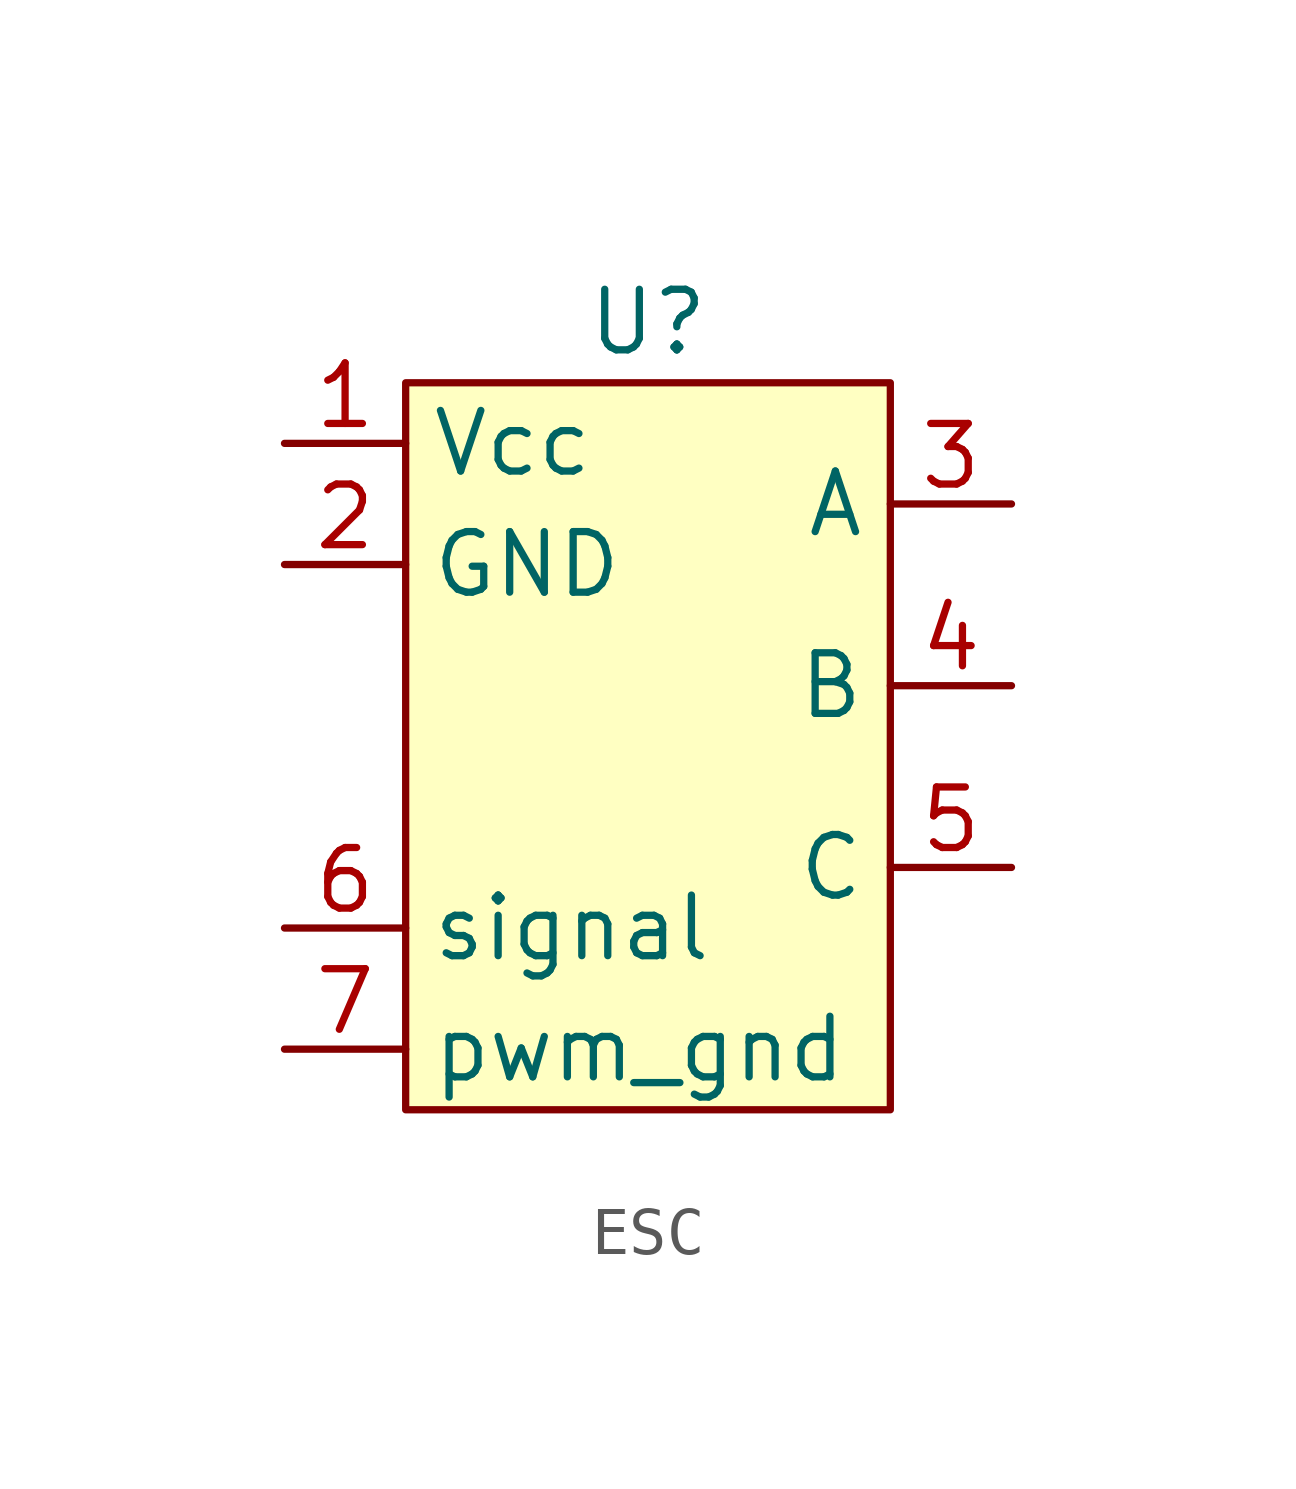
<source format=kicad_sym>
(kicad_symbol_lib
  (version 20220914)
  (generator kicad_symbol_editor)
  (symbol "ESC"
    (property "Reference" "U"
      (at 0 6.35 0)
      (effects (font (size 1.27 1.27))))
    (property "Value" ""
      (at 0 0 0)
      (effects (font (size 1.27 1.27))))
    (symbol "ESC_1_1"
      (rectangle (start -5.08 5.08) (end 5.08 -10.16) (stroke (width 0) (type default)) (fill (type background)))
      (pin power_in line (at -7.62 3.81 0) (length 2.54) (name "Vcc" (effects (font (size 1.27 1.27)))) (number "1" (effects (font (size 1.27 1.27)))))
      (pin power_out line (at -7.62 1.27 0) (length 2.54) (name "GND" (effects (font (size 1.27 1.27)))) (number "2" (effects (font (size 1.27 1.27)))))
      (pin output line (at 7.62 2.54 180) (length 2.54) (name "A" (effects (font (size 1.27 1.27)))) (number "3" (effects (font (size 1.27 1.27)))))
      (pin output line (at 7.62 -1.27 180) (length 2.54) (name "B" (effects (font (size 1.27 1.27)))) (number "4" (effects (font (size 1.27 1.27)))))
      (pin output line (at 7.62 -5.08 180) (length 2.54) (name "C" (effects (font (size 1.27 1.27)))) (number "5" (effects (font (size 1.27 1.27)))))
      (pin input line (at -7.62 -6.35 0) (length 2.54) (name "signal" (effects (font (size 1.27 1.27)))) (number "6" (effects (font (size 1.27 1.27)))))
      (pin output line (at -7.62 -8.89 0) (length 2.54) (name "pwm_gnd" (effects (font (size 1.27 1.27)))) (number "7" (effects (font (size 1.27 1.27))))))))
</source>
